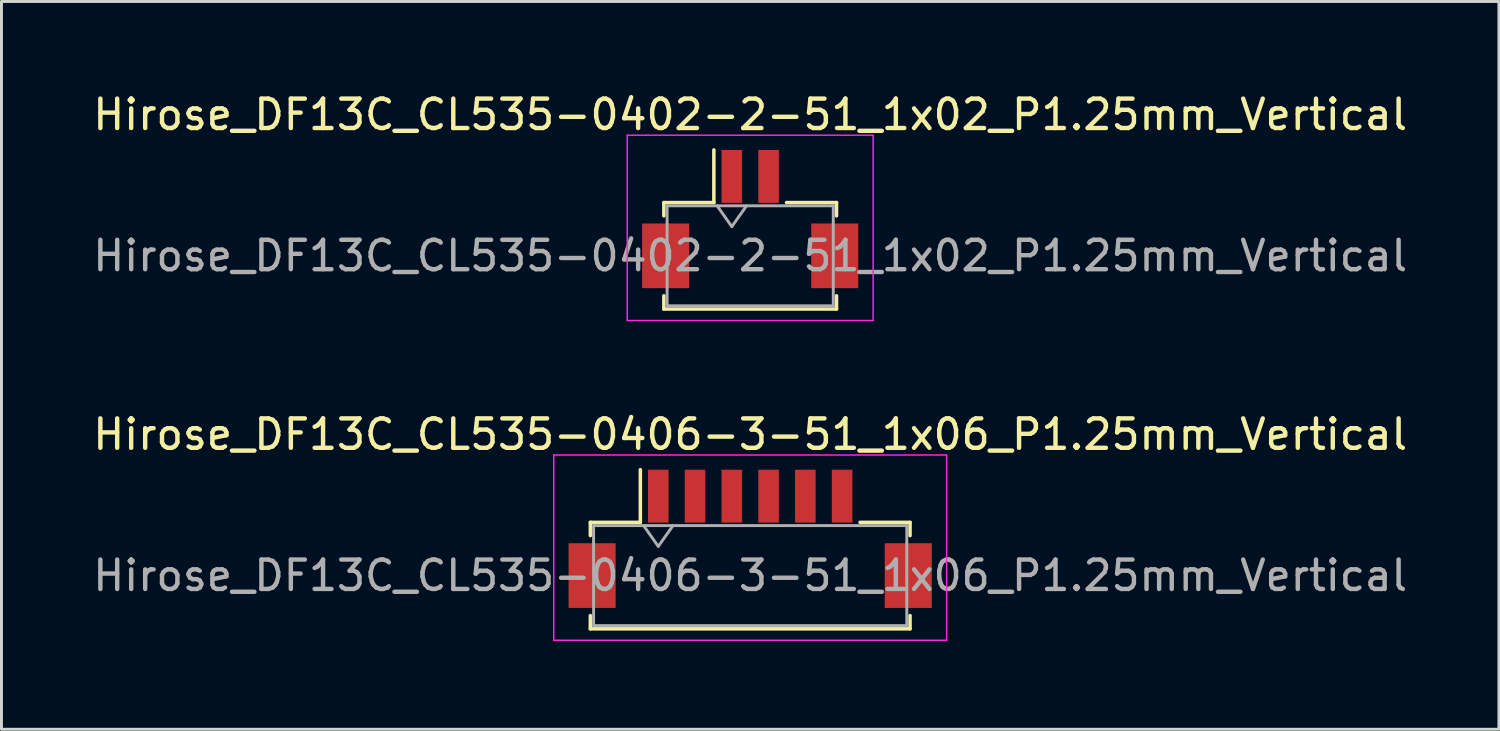
<source format=kicad_pcb>
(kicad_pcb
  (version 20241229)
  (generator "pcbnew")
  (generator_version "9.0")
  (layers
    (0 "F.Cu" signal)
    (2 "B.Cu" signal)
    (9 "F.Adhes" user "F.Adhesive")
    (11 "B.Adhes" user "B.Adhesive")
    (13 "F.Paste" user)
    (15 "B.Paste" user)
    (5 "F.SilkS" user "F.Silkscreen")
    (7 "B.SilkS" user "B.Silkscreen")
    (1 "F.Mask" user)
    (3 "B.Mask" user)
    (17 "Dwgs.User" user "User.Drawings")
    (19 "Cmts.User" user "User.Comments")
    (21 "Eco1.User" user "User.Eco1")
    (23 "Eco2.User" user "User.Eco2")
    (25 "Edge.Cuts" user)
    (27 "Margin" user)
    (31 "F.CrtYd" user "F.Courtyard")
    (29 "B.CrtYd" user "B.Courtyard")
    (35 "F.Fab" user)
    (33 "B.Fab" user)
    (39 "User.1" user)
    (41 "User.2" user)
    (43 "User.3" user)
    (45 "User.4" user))
  (footprint "Hirose_DF13C_CL535-0406-3-51_1x06_P1.25mm_Vertical"
    (layer "F.Cu")
    (at 22.458 15.271)
    (property "Reference" "Hirose_DF13C_CL535-0406-3-51_1x06_P1.25mm_Vertical" (at 0 -3.55 0) (layer "F.SilkS") (effects (font (size 1 1) (thickness 0.15))))
    (attr smd)
    (fp_line (start -5.435 -0.56) (end -3.735 -0.56) (stroke (width 0.12) (type solid)) (layer "F.SilkS"))
    (fp_line (start -5.435 -0.11) (end -5.435 -0.56) (stroke (width 0.12) (type solid)) (layer "F.SilkS"))
    (fp_line (start -5.435 2.61) (end -5.435 3.06) (stroke (width 0.12) (type solid)) (layer "F.SilkS"))
    (fp_line (start -5.435 3.06) (end 5.435 3.06) (stroke (width 0.12) (type solid)) (layer "F.SilkS"))
    (fp_line (start -3.735 -0.56) (end -3.735 -2.35) (stroke (width 0.12) (type solid)) (layer "F.SilkS"))
    (fp_line (start 5.435 -0.56) (end 3.735 -0.56) (stroke (width 0.12) (type solid)) (layer "F.SilkS"))
    (fp_line (start 5.435 -0.11) (end 5.435 -0.56) (stroke (width 0.12) (type solid)) (layer "F.SilkS"))
    (fp_line (start 5.435 3.06) (end 5.435 2.61) (stroke (width 0.12) (type solid)) (layer "F.SilkS"))
    (fp_line (start -6.68 -2.85) (end -6.68 3.45) (stroke (width 0.05) (type solid)) (layer "F.CrtYd"))
    (fp_line (start -6.68 3.45) (end 6.68 3.45) (stroke (width 0.05) (type solid)) (layer "F.CrtYd"))
    (fp_line (start 6.68 -2.85) (end -6.68 -2.85) (stroke (width 0.05) (type solid)) (layer "F.CrtYd"))
    (fp_line (start 6.68 3.45) (end 6.68 -2.85) (stroke (width 0.05) (type solid)) (layer "F.CrtYd"))
    (fp_line (start -5.325 -0.45) (end -5.325 2.95) (stroke (width 0.1) (type solid)) (layer "F.Fab"))
    (fp_line (start -5.325 -0.45) (end 5.325 -0.45) (stroke (width 0.1) (type solid)) (layer "F.Fab"))
    (fp_line (start -5.325 2.95) (end 5.325 2.95) (stroke (width 0.1) (type solid)) (layer "F.Fab"))
    (fp_line (start -3.625 -0.45) (end -3.125 0.257) (stroke (width 0.1) (type solid)) (layer "F.Fab"))
    (fp_line (start -3.125 0.257) (end -2.625 -0.45) (stroke (width 0.1) (type solid)) (layer "F.Fab"))
    (fp_line (start 5.325 -0.45) (end 5.325 2.95) (stroke (width 0.1) (type solid)) (layer "F.Fab"))
    (fp_text user "${REFERENCE}" (at 0 1.25 0) (layer "F.Fab") (effects (font (size 1 1) (thickness 0.15))))
    (pad "" smd rect (at -5.375 1.25) (size 1.6 2.2) (layers "F.Cu" "F.Mask" "F.Paste"))
    (pad "" smd rect (at 5.375 1.25) (size 1.6 2.2) (layers "F.Cu" "F.Mask" "F.Paste"))
    (pad "1" smd rect (at -3.125 -1.45) (size 0.7 1.8) (layers "F.Cu" "F.Mask" "F.Paste"))
    (pad "2" smd rect (at -1.875 -1.45) (size 0.7 1.8) (layers "F.Cu" "F.Mask" "F.Paste"))
    (pad "3" smd rect (at -0.625 -1.45) (size 0.7 1.8) (layers "F.Cu" "F.Mask" "F.Paste"))
    (pad "4" smd rect (at 0.625 -1.45) (size 0.7 1.8) (layers "F.Cu" "F.Mask" "F.Paste"))
    (pad "5" smd rect (at 1.875 -1.45) (size 0.7 1.8) (layers "F.Cu" "F.Mask" "F.Paste"))
    (pad "6" smd rect (at 3.125 -1.45) (size 0.7 1.8) (layers "F.Cu" "F.Mask" "F.Paste")))
  (footprint "Hirose_DF13C_CL535-0402-2-51_1x02_P1.25mm_Vertical"
    (layer "F.Cu")
    (at 22.458 4.398)
    (property "Reference" "Hirose_DF13C_CL535-0402-2-51_1x02_P1.25mm_Vertical" (at 0 -3.55 0) (layer "F.SilkS") (effects (font (size 1 1) (thickness 0.15))))
    (attr smd)
    (fp_line (start -2.935 -0.56) (end -1.235 -0.56) (stroke (width 0.12) (type solid)) (layer "F.SilkS"))
    (fp_line (start -2.935 -0.11) (end -2.935 -0.56) (stroke (width 0.12) (type solid)) (layer "F.SilkS"))
    (fp_line (start -2.935 2.61) (end -2.935 3.06) (stroke (width 0.12) (type solid)) (layer "F.SilkS"))
    (fp_line (start -2.935 3.06) (end 2.935 3.06) (stroke (width 0.12) (type solid)) (layer "F.SilkS"))
    (fp_line (start -1.235 -0.56) (end -1.235 -2.35) (stroke (width 0.12) (type solid)) (layer "F.SilkS"))
    (fp_line (start 2.935 -0.56) (end 1.235 -0.56) (stroke (width 0.12) (type solid)) (layer "F.SilkS"))
    (fp_line (start 2.935 -0.11) (end 2.935 -0.56) (stroke (width 0.12) (type solid)) (layer "F.SilkS"))
    (fp_line (start 2.935 3.06) (end 2.935 2.61) (stroke (width 0.12) (type solid)) (layer "F.SilkS"))
    (fp_line (start -4.18 -2.85) (end -4.18 3.45) (stroke (width 0.05) (type solid)) (layer "F.CrtYd"))
    (fp_line (start -4.18 3.45) (end 4.18 3.45) (stroke (width 0.05) (type solid)) (layer "F.CrtYd"))
    (fp_line (start 4.18 -2.85) (end -4.18 -2.85) (stroke (width 0.05) (type solid)) (layer "F.CrtYd"))
    (fp_line (start 4.18 3.45) (end 4.18 -2.85) (stroke (width 0.05) (type solid)) (layer "F.CrtYd"))
    (fp_line (start -2.825 -0.45) (end -2.825 2.95) (stroke (width 0.1) (type solid)) (layer "F.Fab"))
    (fp_line (start -2.825 -0.45) (end 2.825 -0.45) (stroke (width 0.1) (type solid)) (layer "F.Fab"))
    (fp_line (start -2.825 2.95) (end 2.825 2.95) (stroke (width 0.1) (type solid)) (layer "F.Fab"))
    (fp_line (start -1.125 -0.45) (end -0.625 0.257) (stroke (width 0.1) (type solid)) (layer "F.Fab"))
    (fp_line (start -0.625 0.257) (end -0.125 -0.45) (stroke (width 0.1) (type solid)) (layer "F.Fab"))
    (fp_line (start 2.825 -0.45) (end 2.825 2.95) (stroke (width 0.1) (type solid)) (layer "F.Fab"))
    (fp_text user "${REFERENCE}" (at 0 1.25 0) (layer "F.Fab") (effects (font (size 1 1) (thickness 0.15))))
    (pad "" smd rect (at -2.875 1.25) (size 1.6 2.2) (layers "F.Cu" "F.Mask" "F.Paste"))
    (pad "" smd rect (at 2.875 1.25) (size 1.6 2.2) (layers "F.Cu" "F.Mask" "F.Paste"))
    (pad "1" smd rect (at -0.625 -1.45) (size 0.7 1.8) (layers "F.Cu" "F.Mask" "F.Paste"))
    (pad "2" smd rect (at 0.625 -1.45) (size 0.7 1.8) (layers "F.Cu" "F.Mask" "F.Paste")))
  (gr_rect
    (start -3 -3)
    (end 47.917 21.747)
    (stroke (width 0.1) (type default))
    (fill no)
    (layer "Edge.Cuts")))
</source>
